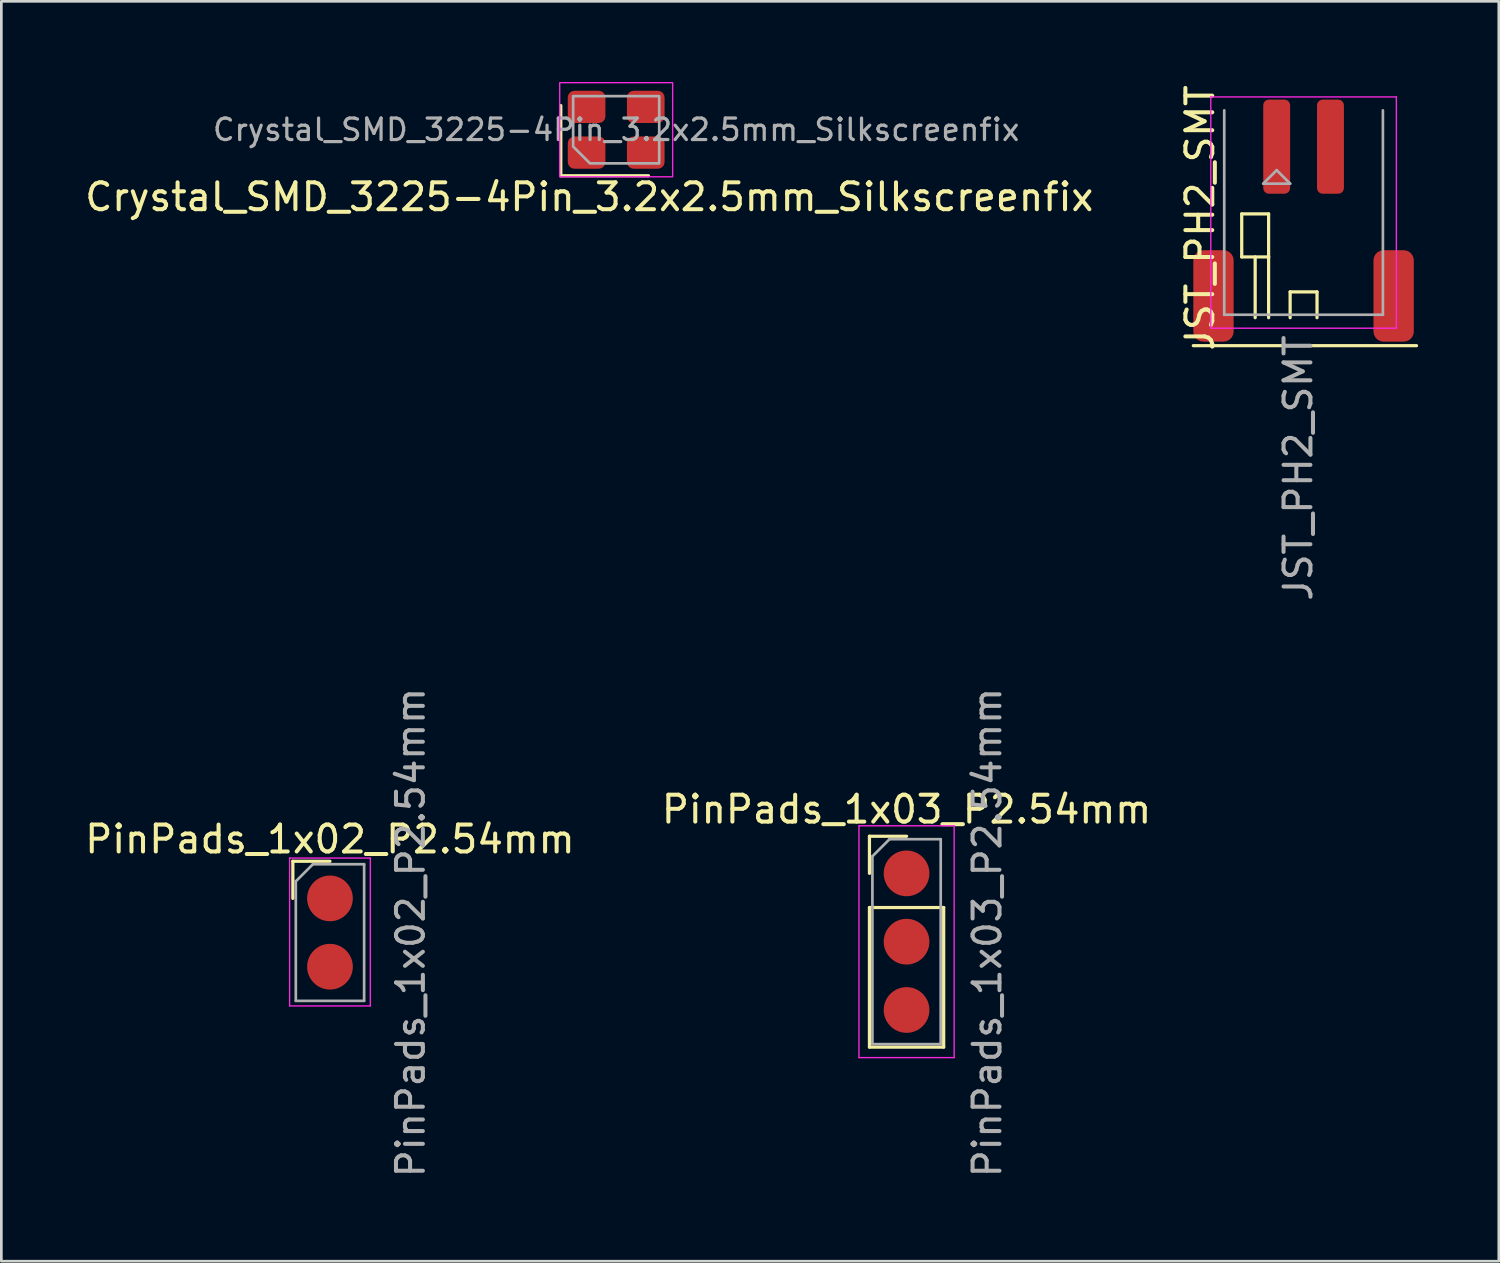
<source format=kicad_pcb>
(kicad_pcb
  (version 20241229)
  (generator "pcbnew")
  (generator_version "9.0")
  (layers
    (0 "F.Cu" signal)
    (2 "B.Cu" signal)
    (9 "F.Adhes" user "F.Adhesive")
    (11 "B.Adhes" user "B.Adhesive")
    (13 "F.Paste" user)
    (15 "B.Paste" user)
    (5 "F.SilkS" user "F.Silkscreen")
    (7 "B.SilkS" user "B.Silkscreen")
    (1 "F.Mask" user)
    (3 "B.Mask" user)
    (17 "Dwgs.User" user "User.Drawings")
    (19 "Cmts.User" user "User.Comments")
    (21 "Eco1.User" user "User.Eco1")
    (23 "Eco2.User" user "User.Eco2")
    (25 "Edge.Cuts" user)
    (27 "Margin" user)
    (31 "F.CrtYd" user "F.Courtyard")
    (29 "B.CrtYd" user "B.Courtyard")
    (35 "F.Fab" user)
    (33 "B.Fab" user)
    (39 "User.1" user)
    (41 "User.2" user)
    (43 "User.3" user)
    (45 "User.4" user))
  (footprint "PinPads_1x02_P2.54mm"
    (layer "F.Cu")
    (at 9.22 30.357)
    (property "Reference" "PinPads_1x02_P2.54mm" (at 0 -2.2 0) (layer "F.SilkS") (effects (font (size 1 1) (thickness 0.15))))
    (attr through_hole)
    (fp_line (start -1.38 -1.38) (end 0 -1.38) (stroke (width 0.12) (type solid)) (layer "F.SilkS"))
    (fp_line (start -1.38 0) (end -1.38 -1.38) (stroke (width 0.12) (type solid)) (layer "F.SilkS"))
    (fp_line (start -1.5 -1.5) (end -1.5 4) (stroke (width 0.05) (type solid)) (layer "F.CrtYd"))
    (fp_line (start -1.5 4) (end 1.5 4) (stroke (width 0.05) (type solid)) (layer "F.CrtYd"))
    (fp_line (start 1.5 -1.5) (end -1.5 -1.5) (stroke (width 0.05) (type solid)) (layer "F.CrtYd"))
    (fp_line (start 1.5 4) (end 1.5 -1.5) (stroke (width 0.05) (type solid)) (layer "F.CrtYd"))
    (fp_line (start -1.27 -0.635) (end -0.635 -1.27) (stroke (width 0.1) (type solid)) (layer "F.Fab"))
    (fp_line (start -1.27 3.81) (end -1.27 -0.635) (stroke (width 0.1) (type solid)) (layer "F.Fab"))
    (fp_line (start -0.635 -1.27) (end 1.27 -1.27) (stroke (width 0.1) (type solid)) (layer "F.Fab"))
    (fp_line (start 1.27 -1.27) (end 1.27 3.81) (stroke (width 0.1) (type solid)) (layer "F.Fab"))
    (fp_line (start 1.27 3.81) (end -1.27 3.81) (stroke (width 0.1) (type solid)) (layer "F.Fab"))
    (fp_text user "${REFERENCE}" (at 3 1.27 90) (layer "F.Fab") (effects (font (size 1 1) (thickness 0.15))))
    (pad "1" smd circle (at 0 0) (size 1.7 1.7) (layers "F.Cu" "F.Mask" "F.Paste"))
    (pad "2" smd circle (at 0 2.54) (size 1.7 1.7) (layers "F.Cu" "F.Mask" "F.Paste")))
  (footprint "Crystal_SMD_3225-4Pin_3.2x2.5mm_Silkscreenfix"
    (layer "F.Cu")
    (at 19.863 1.775)
    (property "Reference" "Crystal_SMD_3225-4Pin_3.2x2.5mm_Silkscreenfix" (at -1 2.5 180) (layer "F.SilkS") (effects (font (size 1 1) (thickness 0.15))))
    (attr smd)
    (fp_line (start -2.06 -0.9) (end -2.06 1.71) (stroke (width 0.12) (type solid)) (layer "F.SilkS"))
    (fp_line (start -2.06 1.71) (end 1.2 1.71) (stroke (width 0.12) (type solid)) (layer "F.SilkS"))
    (fp_rect (start -2.1 -1.75) (end 2.1 1.75) (stroke (width 0.05) (type solid)) (fill no) (layer "F.CrtYd"))
    (fp_poly (pts (xy -1.6 -1.25) (xy -1.6 0.625) (xy -0.975 1.25) (xy 1.6 1.25) (xy 1.6 -1.25)) (stroke (width 0.1) (type solid)) (fill no) (layer "F.Fab"))
    (fp_text user "${REFERENCE}" (at 0 0 180) (layer "F.Fab") (effects (font (size 0.8 0.8) (thickness 0.12))))
    (pad "1" smd roundrect (at -1.1 0.85) (size 1.4 1.2) (layers "F.Cu" "F.Mask" "F.Paste") (roundrect_rratio 0.208))
    (pad "2" smd roundrect (at 1.1 0.85) (size 1.4 1.2) (layers "F.Cu" "F.Mask" "F.Paste") (roundrect_rratio 0.208))
    (pad "3" smd roundrect (at 1.1 -0.85) (size 1.4 1.2) (layers "F.Cu" "F.Mask" "F.Paste") (roundrect_rratio 0.208))
    (pad "4" smd roundrect (at -1.1 -0.85) (size 1.4 1.2) (layers "F.Cu" "F.Mask" "F.Paste") (roundrect_rratio 0.208)))
  (footprint "JST_PH2_SMT"
    (layer "F.Cu")
    (at 44.424 2.404)
    (property "Reference" "JST_PH2_SMT" (at -2.85 2.65 90) (layer "F.SilkS") (effects (font (size 1 1) (thickness 0.15))))
    (attr through_hole)
    (fp_line (start -3.1 7.4) (end 5.2 7.4) (stroke (width 0.12) (type solid)) (layer "F.SilkS"))
    (fp_line (start -1.3 2.5) (end -1.3 4.1) (stroke (width 0.12) (type solid)) (layer "F.SilkS"))
    (fp_line (start -1.3 4.1) (end -0.3 4.1) (stroke (width 0.12) (type solid)) (layer "F.SilkS"))
    (fp_line (start -0.8 4.1) (end -0.8 6.36) (stroke (width 0.12) (type solid)) (layer "F.SilkS"))
    (fp_line (start -0.3 2.5) (end -1.3 2.5) (stroke (width 0.12) (type solid)) (layer "F.SilkS"))
    (fp_line (start -0.3 4.1) (end -0.3 2.5) (stroke (width 0.12) (type solid)) (layer "F.SilkS"))
    (fp_line (start -0.3 4.1) (end -0.3 6.36) (stroke (width 0.12) (type solid)) (layer "F.SilkS"))
    (fp_line (start 0.5 5.4) (end 1.5 5.4) (stroke (width 0.12) (type solid)) (layer "F.SilkS"))
    (fp_line (start 0.5 6.36) (end 0.5 5.4) (stroke (width 0.12) (type solid)) (layer "F.SilkS"))
    (fp_line (start 1.5 5.4) (end 1.5 6.36) (stroke (width 0.12) (type solid)) (layer "F.SilkS"))
    (fp_line (start -2.45 -1.85) (end -2.45 6.75) (stroke (width 0.05) (type solid)) (layer "F.CrtYd"))
    (fp_line (start -2.45 6.75) (end 4.45 6.75) (stroke (width 0.05) (type solid)) (layer "F.CrtYd"))
    (fp_line (start 4.45 -1.85) (end -2.45 -1.85) (stroke (width 0.05) (type solid)) (layer "F.CrtYd"))
    (fp_line (start 4.45 6.75) (end 4.45 -1.85) (stroke (width 0.05) (type solid)) (layer "F.CrtYd"))
    (fp_line (start -1.95 -1.35) (end -1.95 6.25) (stroke (width 0.1) (type solid)) (layer "F.Fab"))
    (fp_line (start -1.95 6.25) (end 3.95 6.25) (stroke (width 0.1) (type solid)) (layer "F.Fab"))
    (fp_line (start -0.5 1.375) (end 0.5 1.375) (stroke (width 0.1) (type solid)) (layer "F.Fab"))
    (fp_line (start 0 0.875) (end -0.5 1.375) (stroke (width 0.1) (type solid)) (layer "F.Fab"))
    (fp_line (start 0.5 1.375) (end 0 0.875) (stroke (width 0.1) (type solid)) (layer "F.Fab"))
    (fp_line (start 3.95 6.25) (end 3.95 -1.35) (stroke (width 0.1) (type solid)) (layer "F.Fab"))
    (fp_text user "${REFERENCE}" (at 0.8 11.95 90) (layer "F.Fab") (effects (font (size 1 1) (thickness 0.15))))
    (pad "" smd roundrect (at -2.35 5.55) (size 1.5 3.4) (layers "F.Cu" "F.Mask" "F.Paste") (roundrect_rratio 0.25))
    (pad "" smd roundrect (at 4.35 5.55) (size 1.5 3.4) (layers "F.Cu" "F.Mask" "F.Paste") (roundrect_rratio 0.25))
    (pad "1" smd roundrect (at 0 0) (size 1 3.5) (layers "F.Cu" "F.Mask" "F.Paste") (roundrect_rratio 0.208))
    (pad "2" smd roundrect (at 2 0) (size 1 3.5) (layers "F.Cu" "F.Mask" "F.Paste") (roundrect_rratio 0.208)))
  (footprint "PinPads_1x03_P2.54mm"
    (layer "F.Cu")
    (at 30.661 29.427)
    (property "Reference" "PinPads_1x03_P2.54mm" (at 0 -2.38 0) (layer "F.SilkS") (effects (font (size 1 1) (thickness 0.15))))
    (attr through_hole)
    (fp_line (start -1.38 -1.38) (end 0 -1.38) (stroke (width 0.12) (type solid)) (layer "F.SilkS"))
    (fp_line (start -1.38 0) (end -1.38 -1.38) (stroke (width 0.12) (type solid)) (layer "F.SilkS"))
    (fp_line (start -1.38 1.27) (end -1.38 6.46) (stroke (width 0.12) (type solid)) (layer "F.SilkS"))
    (fp_line (start -1.38 1.27) (end 1.38 1.27) (stroke (width 0.12) (type solid)) (layer "F.SilkS"))
    (fp_line (start -1.38 6.46) (end 1.38 6.46) (stroke (width 0.12) (type solid)) (layer "F.SilkS"))
    (fp_line (start 1.38 1.27) (end 1.38 6.46) (stroke (width 0.12) (type solid)) (layer "F.SilkS"))
    (fp_line (start -1.77 -1.77) (end -1.77 6.85) (stroke (width 0.05) (type solid)) (layer "F.CrtYd"))
    (fp_line (start -1.77 6.85) (end 1.77 6.85) (stroke (width 0.05) (type solid)) (layer "F.CrtYd"))
    (fp_line (start 1.77 -1.77) (end -1.77 -1.77) (stroke (width 0.05) (type solid)) (layer "F.CrtYd"))
    (fp_line (start 1.77 6.85) (end 1.77 -1.77) (stroke (width 0.05) (type solid)) (layer "F.CrtYd"))
    (fp_line (start -1.27 -0.635) (end -0.635 -1.27) (stroke (width 0.1) (type solid)) (layer "F.Fab"))
    (fp_line (start -1.27 6.35) (end -1.27 -0.635) (stroke (width 0.1) (type solid)) (layer "F.Fab"))
    (fp_line (start -0.635 -1.27) (end 1.27 -1.27) (stroke (width 0.1) (type solid)) (layer "F.Fab"))
    (fp_line (start 1.27 -1.27) (end 1.27 6.35) (stroke (width 0.1) (type solid)) (layer "F.Fab"))
    (fp_line (start 1.27 6.35) (end -1.27 6.35) (stroke (width 0.1) (type solid)) (layer "F.Fab"))
    (fp_text user "${REFERENCE}" (at 3 2.2 90) (layer "F.Fab") (effects (font (size 1 1) (thickness 0.15))))
    (pad "1" smd circle (at 0 0) (size 1.7 1.7) (layers "F.Cu" "F.Mask" "F.Paste"))
    (pad "2" smd circle (at 0 2.54) (size 1.7 1.7) (layers "F.Cu" "F.Mask" "F.Paste"))
    (pad "3" smd circle (at 0 5.08) (size 1.7 1.7) (layers "F.Cu" "F.Mask" "F.Paste")))
  (gr_rect
    (start -3 -3)
    (end 52.684 43.848)
    (stroke (width 0.1) (type default))
    (fill no)
    (layer "Edge.Cuts")))
</source>
